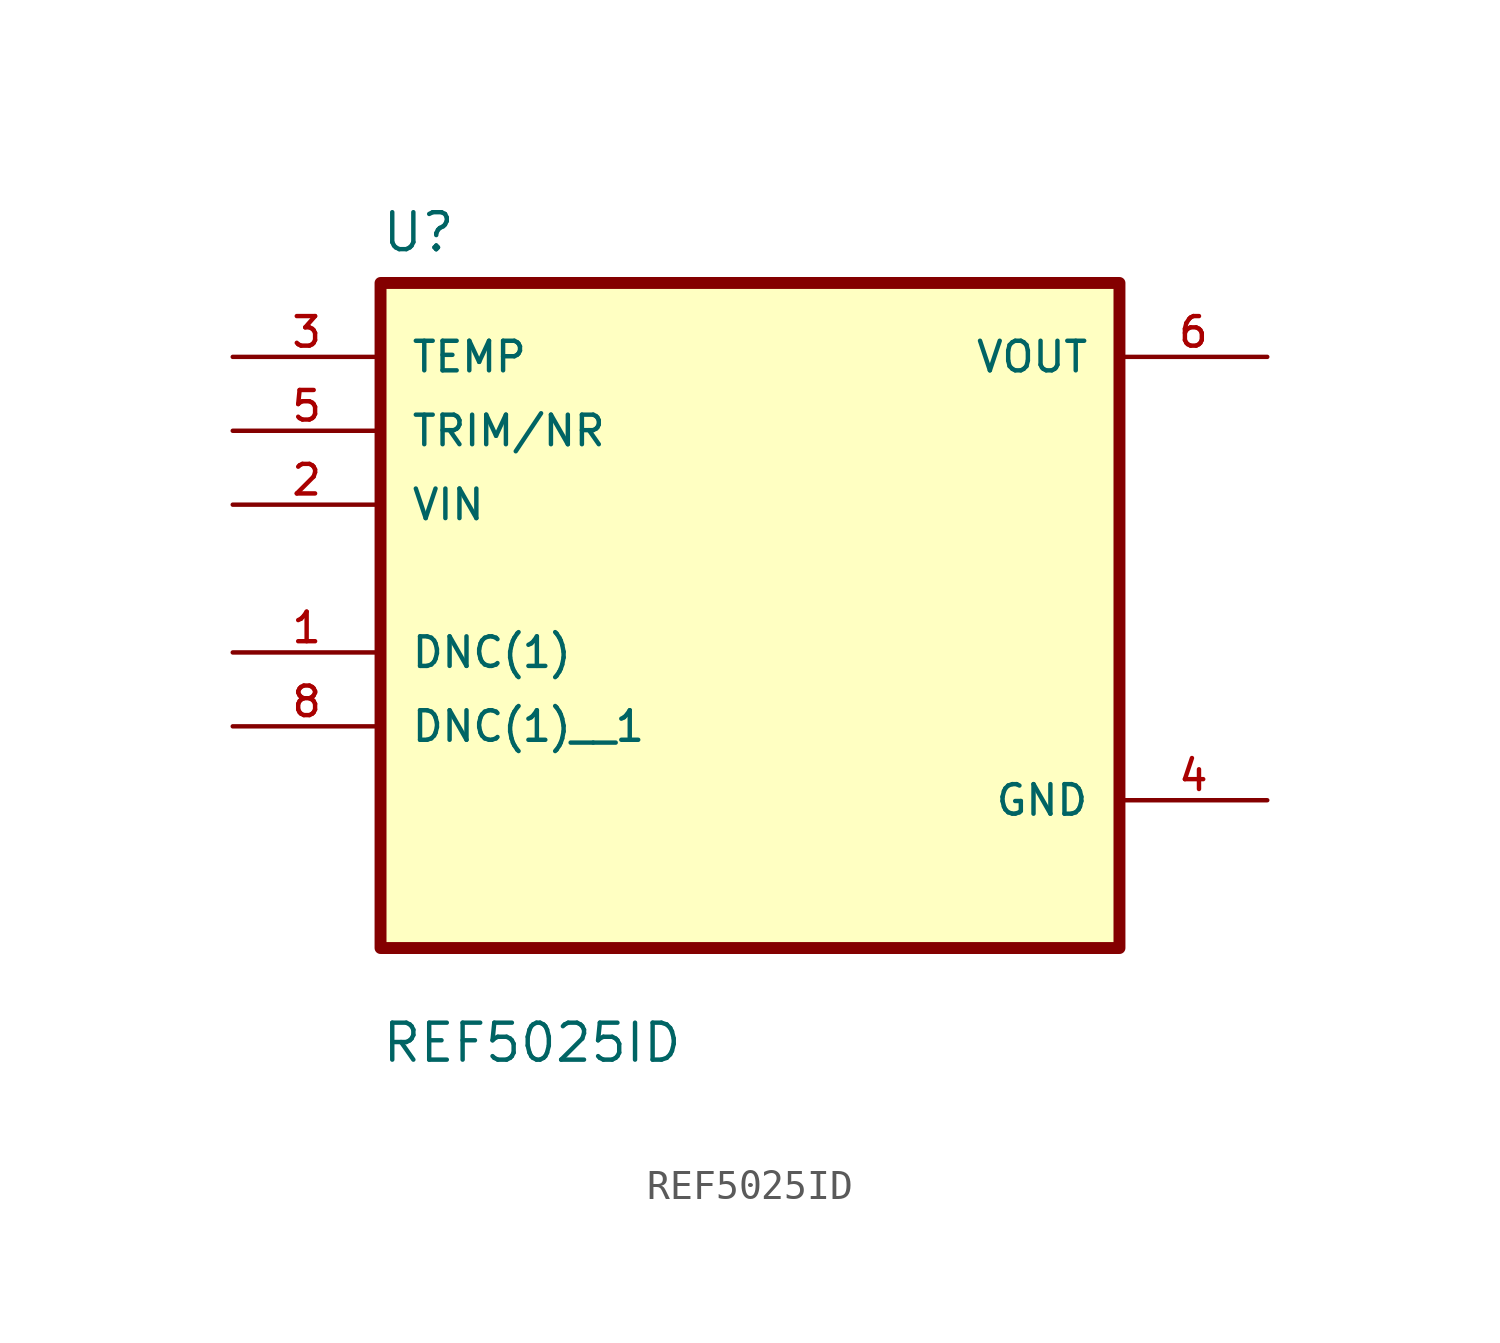
<source format=kicad_sym>
(kicad_symbol_lib
  (version 20211014)
  (generator kicad_symbol_editor)
  (symbol "REF5025ID"
    (pin_names
      (offset 1.016))
    (property "Reference" "U"
      (at -12.7 11.16 0.0)
      (effects (font (size 1.27 1.27)) (justify bottom left)))
    (property "Value" "REF5025ID"
      (at -12.7 -16.7 0.0)
      (effects (font (size 1.27 1.27)) (justify bottom left)))
    (symbol "REF5025ID_0_0"
      (rectangle (start -12.7 -12.7) (end 12.7 10.16) (stroke (width 0.41)) (fill (type background)))
      (pin input line (at -17.78 7.62 0) (length 5.08) (name "TEMP" (effects (font (size 1.016 1.016)))) (number "3" (effects (font (size 1.016 1.016)))))
      (pin input line (at -17.78 5.08 0) (length 5.08) (name "TRIM/NR" (effects (font (size 1.016 1.016)))) (number "5" (effects (font (size 1.016 1.016)))))
      (pin input line (at -17.78 2.54 0) (length 5.08) (name "VIN" (effects (font (size 1.016 1.016)))) (number "2" (effects (font (size 1.016 1.016)))))
      (pin bidirectional line (at -17.78 -2.54 0) (length 5.08) (name "DNC(1)" (effects (font (size 1.016 1.016)))) (number "1" (effects (font (size 1.016 1.016)))))
      (pin output line (at 17.78 7.62 180.0) (length 5.08) (name "VOUT" (effects (font (size 1.016 1.016)))) (number "6" (effects (font (size 1.016 1.016)))))
      (pin power_in line (at 17.78 -7.62 180.0) (length 5.08) (name "GND" (effects (font (size 1.016 1.016)))) (number "4" (effects (font (size 1.016 1.016)))))
      (pin bidirectional line (at -17.78 -5.08 0) (length 5.08) (name "DNC(1)__1" (effects (font (size 1.016 1.016)))) (number "8" (effects (font (size 1.016 1.016))))))))
</source>
